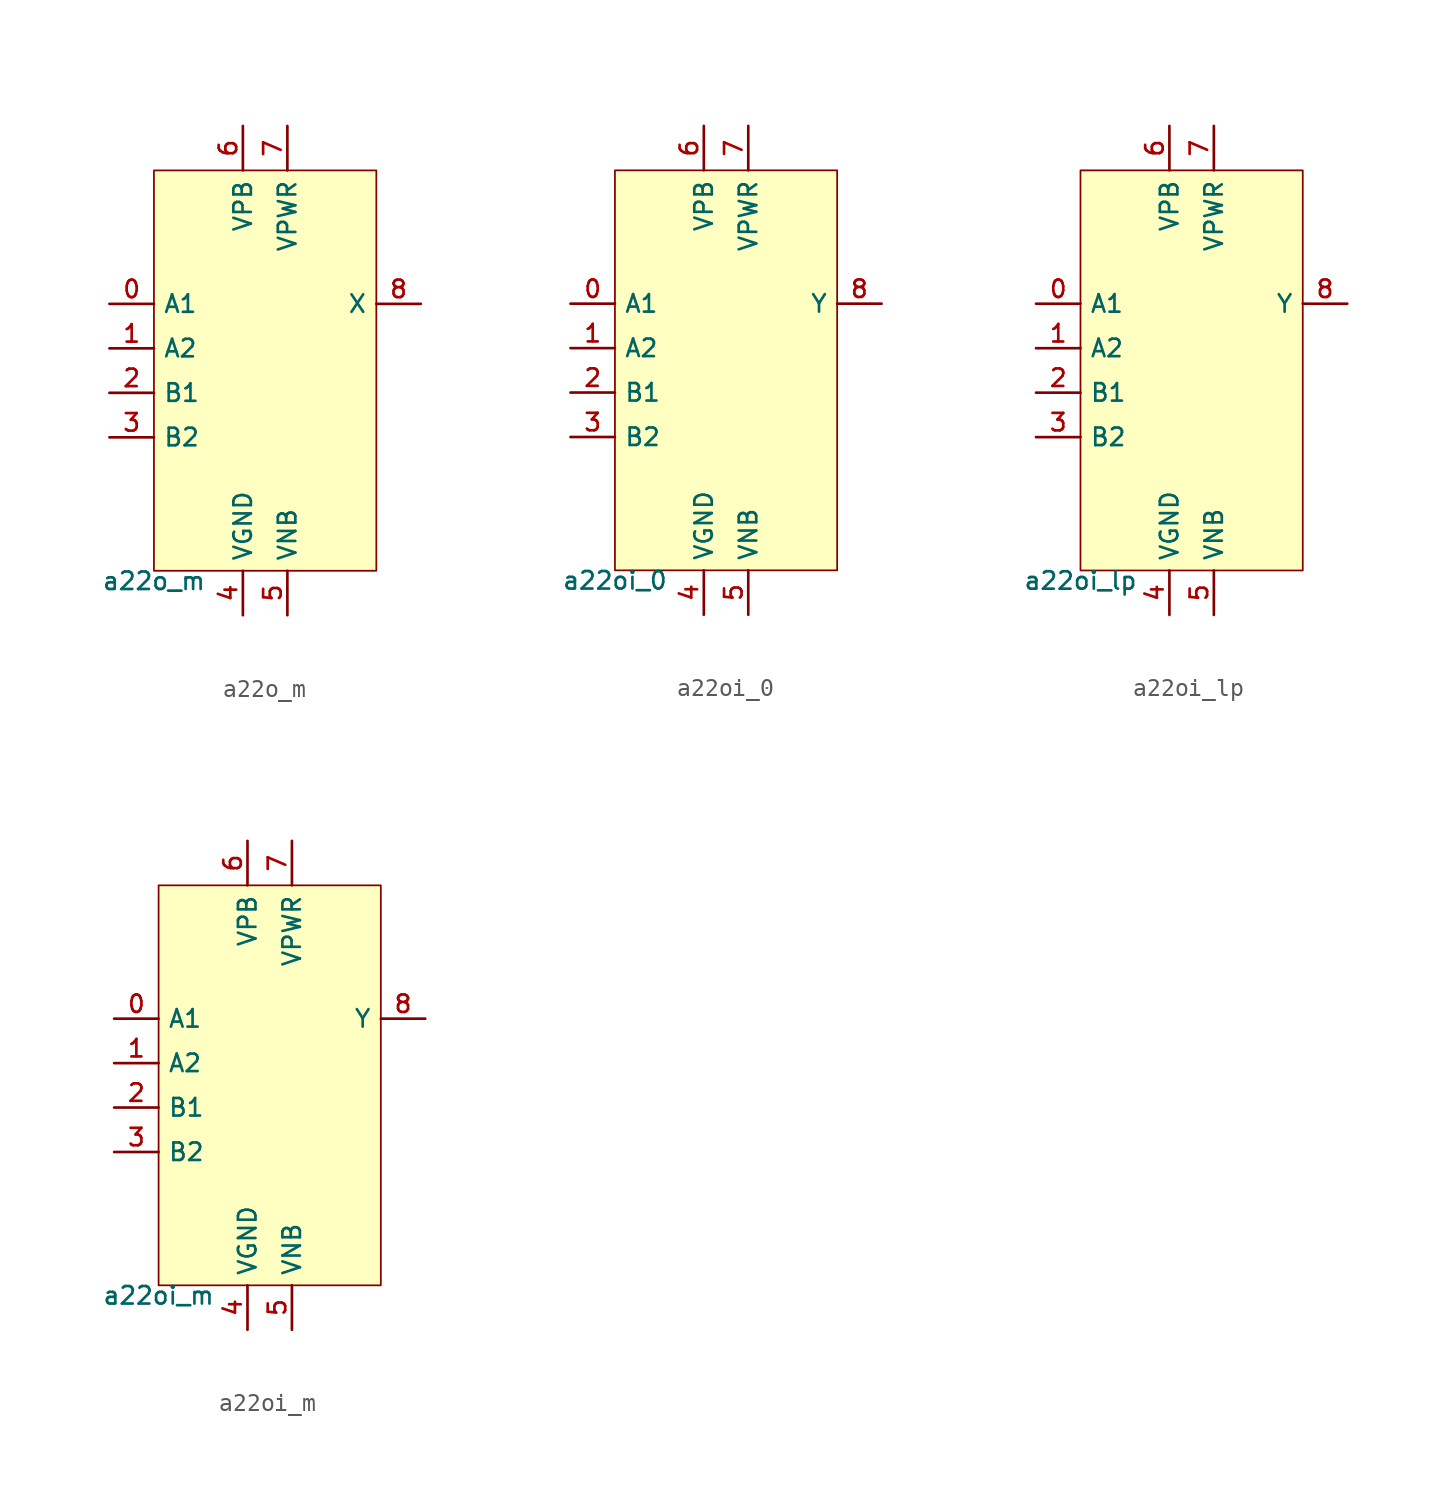
<source format=kicad_sym>
(kicad_symbol_lib
  (version 20211014)
  (generator pdk2kicad)
  (symbol "a22o_m"
    (property "Reference" "X"
      (at 0 0 0)
      (effects (font (size 1 1)) hide))
    (property "Value" "a22o_m"
      (at -6.35 -11.43 0)
      (effects (font (size 1 1)) (justify top)))
    (rectangle
      (start -6.35 -11.43)
      (end 6.35 11.43)
      (stroke (width 0.1) (type solid) (color 0 0 0 0))
      (fill (type background)))
    (pin input line
      (at -8.89 3.81 0)
      (length 2.54)
      (name "A1" (effects (font (size 1 1)) hide))
      (number "0" (effects (font (size 1 1)) hide)))
    (pin input line
      (at -8.89 1.27 0)
      (length 2.54)
      (name "A2" (effects (font (size 1 1)) hide))
      (number "1" (effects (font (size 1 1)) hide)))
    (pin input line
      (at -8.89 -1.27 0)
      (length 2.54)
      (name "B1" (effects (font (size 1 1)) hide))
      (number "2" (effects (font (size 1 1)) hide)))
    (pin input line
      (at -8.89 -3.81 0)
      (length 2.54)
      (name "B2" (effects (font (size 1 1)) hide))
      (number "3" (effects (font (size 1 1)) hide)))
    (pin power_in line
      (at -1.27 -13.97 90)
      (length 2.54)
      (name "VGND" (effects (font (size 1 1)) hide))
      (number "4" (effects (font (size 1 1)) hide)))
    (pin power_in line
      (at 1.27 -13.97 90)
      (length 2.54)
      (name "VNB" (effects (font (size 1 1)) hide))
      (number "5" (effects (font (size 1 1)) hide)))
    (pin power_in line
      (at -1.27 13.97 270)
      (length 2.54)
      (name "VPB" (effects (font (size 1 1)) hide))
      (number "6" (effects (font (size 1 1)) hide)))
    (pin power_in line
      (at 1.27 13.97 270)
      (length 2.54)
      (name "VPWR" (effects (font (size 1 1)) hide))
      (number "7" (effects (font (size 1 1)) hide)))
    (pin output line
      (at 8.89 3.81 180)
      (length 2.54)
      (name "X" (effects (font (size 1 1)) hide))
      (number "8" (effects (font (size 1 1)) hide))))
  (symbol "a22oi_0"
    (property "Reference" "X"
      (at 0 0 0)
      (effects (font (size 1 1)) hide))
    (property "Value" "a22oi_0"
      (at -6.35 -11.43 0)
      (effects (font (size 1 1)) (justify top)))
    (rectangle
      (start -6.35 -11.43)
      (end 6.35 11.43)
      (stroke (width 0.1) (type solid) (color 0 0 0 0))
      (fill (type background)))
    (pin input line
      (at -8.89 3.81 0)
      (length 2.54)
      (name "A1" (effects (font (size 1 1)) hide))
      (number "0" (effects (font (size 1 1)) hide)))
    (pin input line
      (at -8.89 1.27 0)
      (length 2.54)
      (name "A2" (effects (font (size 1 1)) hide))
      (number "1" (effects (font (size 1 1)) hide)))
    (pin input line
      (at -8.89 -1.27 0)
      (length 2.54)
      (name "B1" (effects (font (size 1 1)) hide))
      (number "2" (effects (font (size 1 1)) hide)))
    (pin input line
      (at -8.89 -3.81 0)
      (length 2.54)
      (name "B2" (effects (font (size 1 1)) hide))
      (number "3" (effects (font (size 1 1)) hide)))
    (pin power_in line
      (at -1.27 -13.97 90)
      (length 2.54)
      (name "VGND" (effects (font (size 1 1)) hide))
      (number "4" (effects (font (size 1 1)) hide)))
    (pin power_in line
      (at 1.27 -13.97 90)
      (length 2.54)
      (name "VNB" (effects (font (size 1 1)) hide))
      (number "5" (effects (font (size 1 1)) hide)))
    (pin power_in line
      (at -1.27 13.97 270)
      (length 2.54)
      (name "VPB" (effects (font (size 1 1)) hide))
      (number "6" (effects (font (size 1 1)) hide)))
    (pin power_in line
      (at 1.27 13.97 270)
      (length 2.54)
      (name "VPWR" (effects (font (size 1 1)) hide))
      (number "7" (effects (font (size 1 1)) hide)))
    (pin output line
      (at 8.89 3.81 180)
      (length 2.54)
      (name "Y" (effects (font (size 1 1)) hide))
      (number "8" (effects (font (size 1 1)) hide))))
  (symbol "a22oi_lp"
    (property "Reference" "X"
      (at 0 0 0)
      (effects (font (size 1 1)) hide))
    (property "Value" "a22oi_lp"
      (at -6.35 -11.43 0)
      (effects (font (size 1 1)) (justify top)))
    (rectangle
      (start -6.35 -11.43)
      (end 6.35 11.43)
      (stroke (width 0.1) (type solid) (color 0 0 0 0))
      (fill (type background)))
    (pin input line
      (at -8.89 3.81 0)
      (length 2.54)
      (name "A1" (effects (font (size 1 1)) hide))
      (number "0" (effects (font (size 1 1)) hide)))
    (pin input line
      (at -8.89 1.27 0)
      (length 2.54)
      (name "A2" (effects (font (size 1 1)) hide))
      (number "1" (effects (font (size 1 1)) hide)))
    (pin input line
      (at -8.89 -1.27 0)
      (length 2.54)
      (name "B1" (effects (font (size 1 1)) hide))
      (number "2" (effects (font (size 1 1)) hide)))
    (pin input line
      (at -8.89 -3.81 0)
      (length 2.54)
      (name "B2" (effects (font (size 1 1)) hide))
      (number "3" (effects (font (size 1 1)) hide)))
    (pin power_in line
      (at -1.27 -13.97 90)
      (length 2.54)
      (name "VGND" (effects (font (size 1 1)) hide))
      (number "4" (effects (font (size 1 1)) hide)))
    (pin power_in line
      (at 1.27 -13.97 90)
      (length 2.54)
      (name "VNB" (effects (font (size 1 1)) hide))
      (number "5" (effects (font (size 1 1)) hide)))
    (pin power_in line
      (at -1.27 13.97 270)
      (length 2.54)
      (name "VPB" (effects (font (size 1 1)) hide))
      (number "6" (effects (font (size 1 1)) hide)))
    (pin power_in line
      (at 1.27 13.97 270)
      (length 2.54)
      (name "VPWR" (effects (font (size 1 1)) hide))
      (number "7" (effects (font (size 1 1)) hide)))
    (pin output line
      (at 8.89 3.81 180)
      (length 2.54)
      (name "Y" (effects (font (size 1 1)) hide))
      (number "8" (effects (font (size 1 1)) hide))))
  (symbol "a22oi_m"
    (property "Reference" "X"
      (at 0 0 0)
      (effects (font (size 1 1)) hide))
    (property "Value" "a22oi_m"
      (at -6.35 -11.43 0)
      (effects (font (size 1 1)) (justify top)))
    (rectangle
      (start -6.35 -11.43)
      (end 6.35 11.43)
      (stroke (width 0.1) (type solid) (color 0 0 0 0))
      (fill (type background)))
    (pin input line
      (at -8.89 3.81 0)
      (length 2.54)
      (name "A1" (effects (font (size 1 1)) hide))
      (number "0" (effects (font (size 1 1)) hide)))
    (pin input line
      (at -8.89 1.27 0)
      (length 2.54)
      (name "A2" (effects (font (size 1 1)) hide))
      (number "1" (effects (font (size 1 1)) hide)))
    (pin input line
      (at -8.89 -1.27 0)
      (length 2.54)
      (name "B1" (effects (font (size 1 1)) hide))
      (number "2" (effects (font (size 1 1)) hide)))
    (pin input line
      (at -8.89 -3.81 0)
      (length 2.54)
      (name "B2" (effects (font (size 1 1)) hide))
      (number "3" (effects (font (size 1 1)) hide)))
    (pin power_in line
      (at -1.27 -13.97 90)
      (length 2.54)
      (name "VGND" (effects (font (size 1 1)) hide))
      (number "4" (effects (font (size 1 1)) hide)))
    (pin power_in line
      (at 1.27 -13.97 90)
      (length 2.54)
      (name "VNB" (effects (font (size 1 1)) hide))
      (number "5" (effects (font (size 1 1)) hide)))
    (pin power_in line
      (at -1.27 13.97 270)
      (length 2.54)
      (name "VPB" (effects (font (size 1 1)) hide))
      (number "6" (effects (font (size 1 1)) hide)))
    (pin power_in line
      (at 1.27 13.97 270)
      (length 2.54)
      (name "VPWR" (effects (font (size 1 1)) hide))
      (number "7" (effects (font (size 1 1)) hide)))
    (pin output line
      (at 8.89 3.81 180)
      (length 2.54)
      (name "Y" (effects (font (size 1 1)) hide))
      (number "8" (effects (font (size 1 1)) hide)))))
</source>
